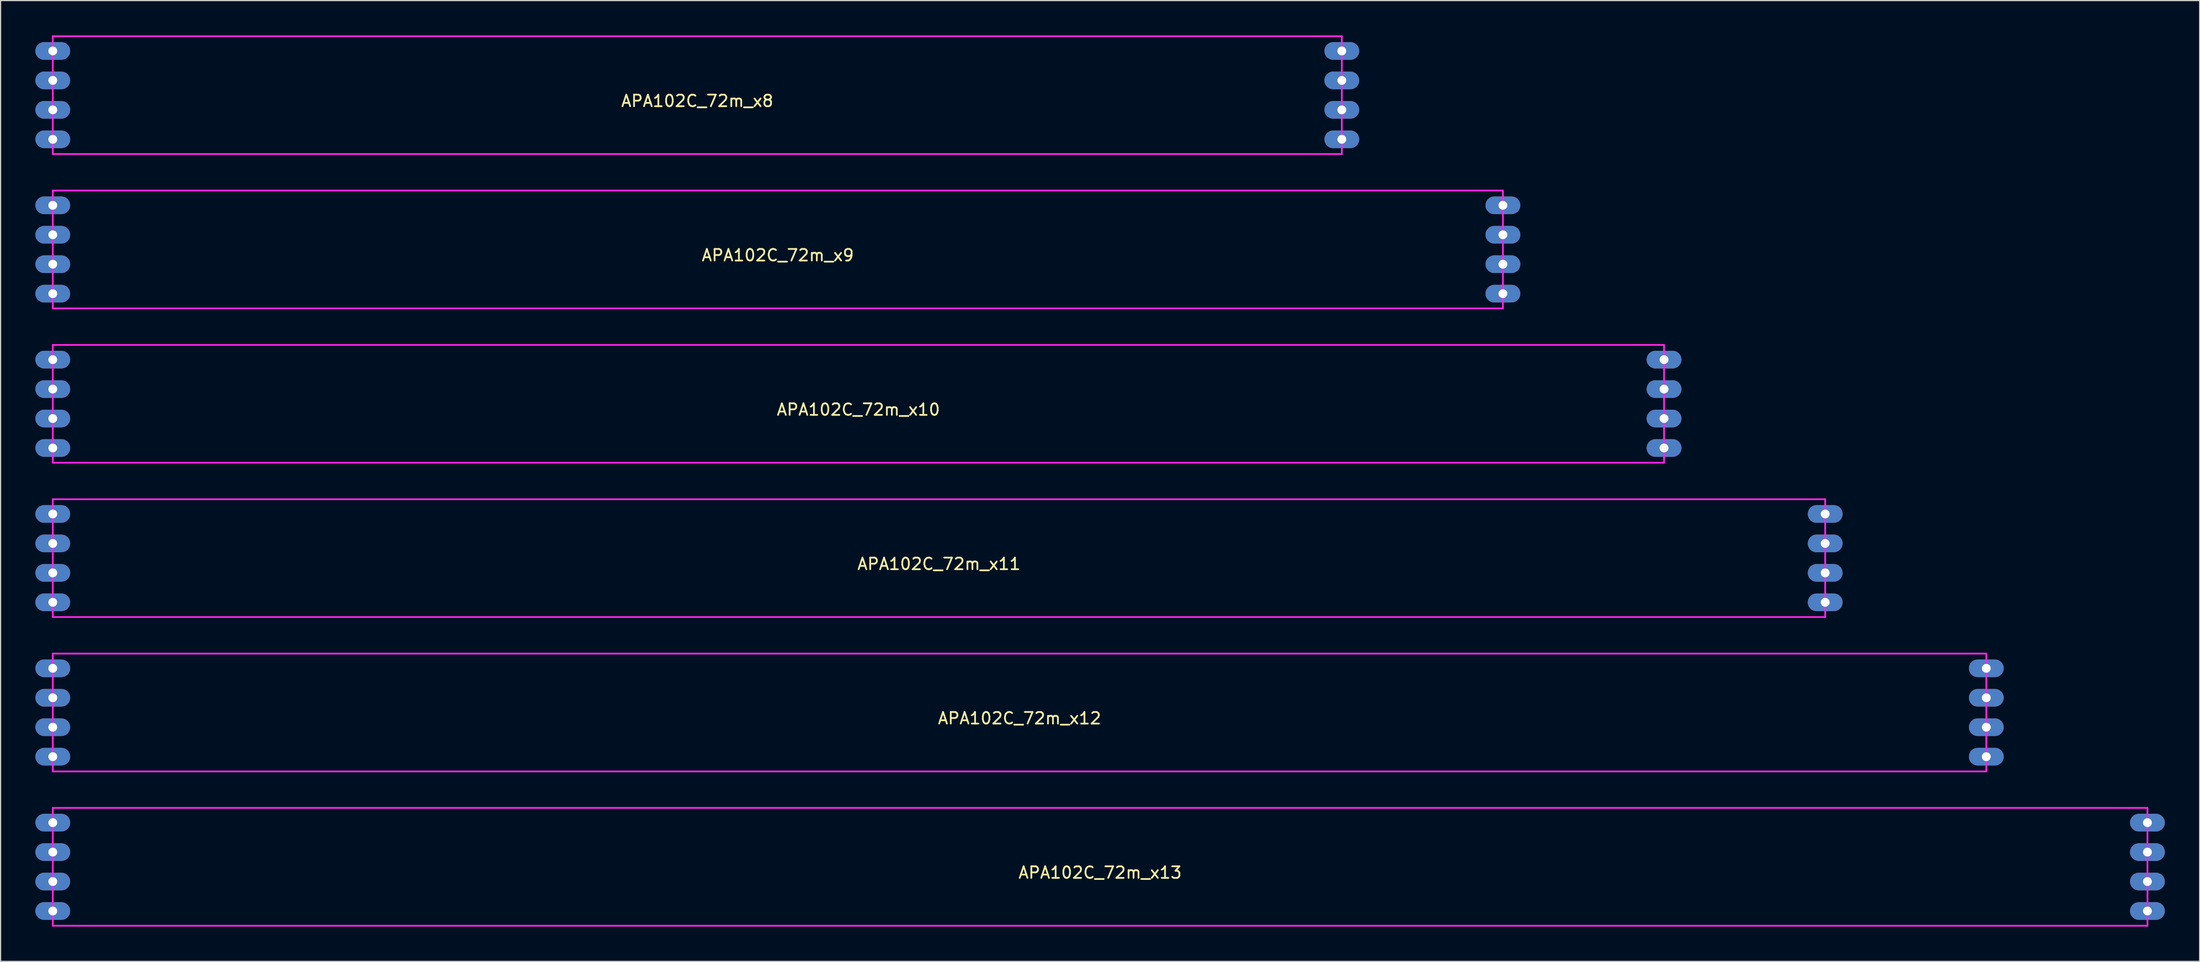
<source format=kicad_pcb>
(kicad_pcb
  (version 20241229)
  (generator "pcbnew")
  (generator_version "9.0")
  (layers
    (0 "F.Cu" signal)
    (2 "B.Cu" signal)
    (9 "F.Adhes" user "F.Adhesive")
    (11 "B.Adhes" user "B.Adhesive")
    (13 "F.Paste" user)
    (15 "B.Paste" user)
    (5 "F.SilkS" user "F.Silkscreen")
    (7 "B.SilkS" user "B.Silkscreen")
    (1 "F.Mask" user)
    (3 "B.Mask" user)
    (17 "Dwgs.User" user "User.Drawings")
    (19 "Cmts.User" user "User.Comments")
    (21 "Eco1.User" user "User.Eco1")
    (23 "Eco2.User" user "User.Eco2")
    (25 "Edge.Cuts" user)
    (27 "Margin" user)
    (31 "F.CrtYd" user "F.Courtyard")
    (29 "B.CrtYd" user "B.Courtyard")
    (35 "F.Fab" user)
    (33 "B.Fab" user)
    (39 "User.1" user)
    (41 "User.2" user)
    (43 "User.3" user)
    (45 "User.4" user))
  (footprint "APA102C_72m_x9"
    (layer "F.Cu")
    (at 64 18.465)
    (property "Reference" "APA102C_72m_x9" (at 0 0.5 0) (layer "F.SilkS") (effects (font (size 1 1) (thickness 0.15))))
    (attr through_hole)
    (fp_line (start -62.5 -5.08) (end -62.5 5.08) (stroke (width 0.15) (type solid)) (layer "F.CrtYd"))
    (fp_line (start -62.5 5.08) (end 62.5 5.08) (stroke (width 0.15) (type solid)) (layer "F.CrtYd"))
    (fp_line (start 62.5 -5.08) (end -62.5 -5.08) (stroke (width 0.15) (type solid)) (layer "F.CrtYd"))
    (fp_line (start 62.5 5.08) (end 62.5 -5.08) (stroke (width 0.15) (type solid)) (layer "F.CrtYd"))
    (pad "1" thru_hole oval (at -62.5 -3.81) (size 3 1.524) (drill 0.762) (layers "*.Cu" "*.Mask"))
    (pad "2" thru_hole oval (at -62.5 -1.27) (size 3 1.524) (drill 0.762) (layers "*.Cu" "*.Mask"))
    (pad "3" thru_hole oval (at -62.5 1.27) (size 3 1.524) (drill 0.762) (layers "*.Cu" "*.Mask"))
    (pad "4" thru_hole oval (at -62.5 3.81) (size 3 1.524) (drill 0.762) (layers "*.Cu" "*.Mask"))
    (pad "5" thru_hole oval (at 62.5 -3.81) (size 3 1.524) (drill 0.762) (layers "*.Cu" "*.Mask"))
    (pad "6" thru_hole oval (at 62.5 -1.27) (size 3 1.524) (drill 0.762) (layers "*.Cu" "*.Mask"))
    (pad "7" thru_hole oval (at 62.5 1.27) (size 3 1.524) (drill 0.762) (layers "*.Cu" "*.Mask"))
    (pad "8" thru_hole oval (at 62.5 3.81) (size 3 1.524) (drill 0.762) (layers "*.Cu" "*.Mask")))
  (footprint "APA102C_72m_x12"
    (layer "F.Cu")
    (at 84.833 58.395)
    (property "Reference" "APA102C_72m_x12" (at 0 0.5 0) (layer "F.SilkS") (effects (font (size 1 1) (thickness 0.15))))
    (attr through_hole)
    (fp_line (start -83.333 -5.08) (end -83.333 5.08) (stroke (width 0.15) (type solid)) (layer "F.CrtYd"))
    (fp_line (start -83.333 5.08) (end 83.333 5.08) (stroke (width 0.15) (type solid)) (layer "F.CrtYd"))
    (fp_line (start 83.333 -5.08) (end -83.333 -5.08) (stroke (width 0.15) (type solid)) (layer "F.CrtYd"))
    (fp_line (start 83.333 5.08) (end 83.333 -5.08) (stroke (width 0.15) (type solid)) (layer "F.CrtYd"))
    (pad "1" thru_hole oval (at -83.333 -3.81) (size 3 1.524) (drill 0.762) (layers "*.Cu" "*.Mask"))
    (pad "2" thru_hole oval (at -83.333 -1.27) (size 3 1.524) (drill 0.762) (layers "*.Cu" "*.Mask"))
    (pad "3" thru_hole oval (at -83.333 1.27) (size 3 1.524) (drill 0.762) (layers "*.Cu" "*.Mask"))
    (pad "4" thru_hole oval (at -83.333 3.81) (size 3 1.524) (drill 0.762) (layers "*.Cu" "*.Mask"))
    (pad "5" thru_hole oval (at 83.333 -3.81) (size 3 1.524) (drill 0.762) (layers "*.Cu" "*.Mask"))
    (pad "6" thru_hole oval (at 83.333 -1.27) (size 3 1.524) (drill 0.762) (layers "*.Cu" "*.Mask"))
    (pad "7" thru_hole oval (at 83.333 1.27) (size 3 1.524) (drill 0.762) (layers "*.Cu" "*.Mask"))
    (pad "8" thru_hole oval (at 83.333 3.81) (size 3 1.524) (drill 0.762) (layers "*.Cu" "*.Mask")))
  (footprint "APA102C_72m_x13"
    (layer "F.Cu")
    (at 91.778 71.705)
    (property "Reference" "APA102C_72m_x13" (at 0 0.5 0) (layer "F.SilkS") (effects (font (size 1 1) (thickness 0.15))))
    (attr through_hole)
    (fp_line (start -90.278 -5.08) (end -90.278 5.08) (stroke (width 0.15) (type solid)) (layer "F.CrtYd"))
    (fp_line (start -90.278 5.08) (end 90.278 5.08) (stroke (width 0.15) (type solid)) (layer "F.CrtYd"))
    (fp_line (start 90.278 -5.08) (end -90.278 -5.08) (stroke (width 0.15) (type solid)) (layer "F.CrtYd"))
    (fp_line (start 90.278 5.08) (end 90.278 -5.08) (stroke (width 0.15) (type solid)) (layer "F.CrtYd"))
    (pad "1" thru_hole oval (at -90.278 -3.81) (size 3 1.524) (drill 0.762) (layers "*.Cu" "*.Mask"))
    (pad "2" thru_hole oval (at -90.278 -1.27) (size 3 1.524) (drill 0.762) (layers "*.Cu" "*.Mask"))
    (pad "3" thru_hole oval (at -90.278 1.27) (size 3 1.524) (drill 0.762) (layers "*.Cu" "*.Mask"))
    (pad "4" thru_hole oval (at -90.278 3.81) (size 3 1.524) (drill 0.762) (layers "*.Cu" "*.Mask"))
    (pad "5" thru_hole oval (at 90.278 -3.81) (size 3 1.524) (drill 0.762) (layers "*.Cu" "*.Mask"))
    (pad "6" thru_hole oval (at 90.278 -1.27) (size 3 1.524) (drill 0.762) (layers "*.Cu" "*.Mask"))
    (pad "7" thru_hole oval (at 90.278 1.27) (size 3 1.524) (drill 0.762) (layers "*.Cu" "*.Mask"))
    (pad "8" thru_hole oval (at 90.278 3.81) (size 3 1.524) (drill 0.762) (layers "*.Cu" "*.Mask")))
  (footprint "APA102C_72m_x8"
    (layer "F.Cu")
    (at 57.056 5.155)
    (property "Reference" "APA102C_72m_x8" (at 0 0.5 0) (layer "F.SilkS") (effects (font (size 1 1) (thickness 0.15))))
    (attr through_hole)
    (fp_line (start -55.556 -5.08) (end -55.556 5.08) (stroke (width 0.15) (type solid)) (layer "F.CrtYd"))
    (fp_line (start -55.556 5.08) (end 55.556 5.08) (stroke (width 0.15) (type solid)) (layer "F.CrtYd"))
    (fp_line (start 55.556 -5.08) (end -55.556 -5.08) (stroke (width 0.15) (type solid)) (layer "F.CrtYd"))
    (fp_line (start 55.556 5.08) (end 55.556 -5.08) (stroke (width 0.15) (type solid)) (layer "F.CrtYd"))
    (pad "1" thru_hole oval (at -55.556 -3.81) (size 3 1.524) (drill 0.762) (layers "*.Cu" "*.Mask"))
    (pad "2" thru_hole oval (at -55.556 -1.27) (size 3 1.524) (drill 0.762) (layers "*.Cu" "*.Mask"))
    (pad "3" thru_hole oval (at -55.556 1.27) (size 3 1.524) (drill 0.762) (layers "*.Cu" "*.Mask"))
    (pad "4" thru_hole oval (at -55.556 3.81) (size 3 1.524) (drill 0.762) (layers "*.Cu" "*.Mask"))
    (pad "5" thru_hole oval (at 55.556 -3.81) (size 3 1.524) (drill 0.762) (layers "*.Cu" "*.Mask"))
    (pad "6" thru_hole oval (at 55.556 -1.27) (size 3 1.524) (drill 0.762) (layers "*.Cu" "*.Mask"))
    (pad "7" thru_hole oval (at 55.556 1.27) (size 3 1.524) (drill 0.762) (layers "*.Cu" "*.Mask"))
    (pad "8" thru_hole oval (at 55.556 3.81) (size 3 1.524) (drill 0.762) (layers "*.Cu" "*.Mask")))
  (footprint "APA102C_72m_x11"
    (layer "F.Cu")
    (at 77.889 45.085)
    (property "Reference" "APA102C_72m_x11" (at 0 0.5 0) (layer "F.SilkS") (effects (font (size 1 1) (thickness 0.15))))
    (attr through_hole)
    (fp_line (start -76.389 -5.08) (end -76.389 5.08) (stroke (width 0.15) (type solid)) (layer "F.CrtYd"))
    (fp_line (start -76.389 5.08) (end 76.389 5.08) (stroke (width 0.15) (type solid)) (layer "F.CrtYd"))
    (fp_line (start 76.389 -5.08) (end -76.389 -5.08) (stroke (width 0.15) (type solid)) (layer "F.CrtYd"))
    (fp_line (start 76.389 5.08) (end 76.389 -5.08) (stroke (width 0.15) (type solid)) (layer "F.CrtYd"))
    (pad "1" thru_hole oval (at -76.389 -3.81) (size 3 1.524) (drill 0.762) (layers "*.Cu" "*.Mask"))
    (pad "2" thru_hole oval (at -76.389 -1.27) (size 3 1.524) (drill 0.762) (layers "*.Cu" "*.Mask"))
    (pad "3" thru_hole oval (at -76.389 1.27) (size 3 1.524) (drill 0.762) (layers "*.Cu" "*.Mask"))
    (pad "4" thru_hole oval (at -76.389 3.81) (size 3 1.524) (drill 0.762) (layers "*.Cu" "*.Mask"))
    (pad "5" thru_hole oval (at 76.389 -3.81) (size 3 1.524) (drill 0.762) (layers "*.Cu" "*.Mask"))
    (pad "6" thru_hole oval (at 76.389 -1.27) (size 3 1.524) (drill 0.762) (layers "*.Cu" "*.Mask"))
    (pad "7" thru_hole oval (at 76.389 1.27) (size 3 1.524) (drill 0.762) (layers "*.Cu" "*.Mask"))
    (pad "8" thru_hole oval (at 76.389 3.81) (size 3 1.524) (drill 0.762) (layers "*.Cu" "*.Mask")))
  (footprint "APA102C_72m_x10"
    (layer "F.Cu")
    (at 70.944 31.775)
    (property "Reference" "APA102C_72m_x10" (at 0 0.5 0) (layer "F.SilkS") (effects (font (size 1 1) (thickness 0.15))))
    (attr through_hole)
    (fp_line (start -69.444 -5.08) (end -69.444 5.08) (stroke (width 0.15) (type solid)) (layer "F.CrtYd"))
    (fp_line (start -69.444 5.08) (end 69.444 5.08) (stroke (width 0.15) (type solid)) (layer "F.CrtYd"))
    (fp_line (start 69.444 -5.08) (end -69.444 -5.08) (stroke (width 0.15) (type solid)) (layer "F.CrtYd"))
    (fp_line (start 69.444 5.08) (end 69.444 -5.08) (stroke (width 0.15) (type solid)) (layer "F.CrtYd"))
    (pad "1" thru_hole oval (at -69.444 -3.81) (size 3 1.524) (drill 0.762) (layers "*.Cu" "*.Mask"))
    (pad "2" thru_hole oval (at -69.444 -1.27) (size 3 1.524) (drill 0.762) (layers "*.Cu" "*.Mask"))
    (pad "3" thru_hole oval (at -69.444 1.27) (size 3 1.524) (drill 0.762) (layers "*.Cu" "*.Mask"))
    (pad "4" thru_hole oval (at -69.444 3.81) (size 3 1.524) (drill 0.762) (layers "*.Cu" "*.Mask"))
    (pad "5" thru_hole oval (at 69.444 -3.81) (size 3 1.524) (drill 0.762) (layers "*.Cu" "*.Mask"))
    (pad "6" thru_hole oval (at 69.444 -1.27) (size 3 1.524) (drill 0.762) (layers "*.Cu" "*.Mask"))
    (pad "7" thru_hole oval (at 69.444 1.27) (size 3 1.524) (drill 0.762) (layers "*.Cu" "*.Mask"))
    (pad "8" thru_hole oval (at 69.444 3.81) (size 3 1.524) (drill 0.762) (layers "*.Cu" "*.Mask")))
  (gr_rect
    (start -3 -3)
    (end 186.555 79.86)
    (stroke (width 0.1) (type default))
    (fill no)
    (layer "Edge.Cuts")))
</source>
